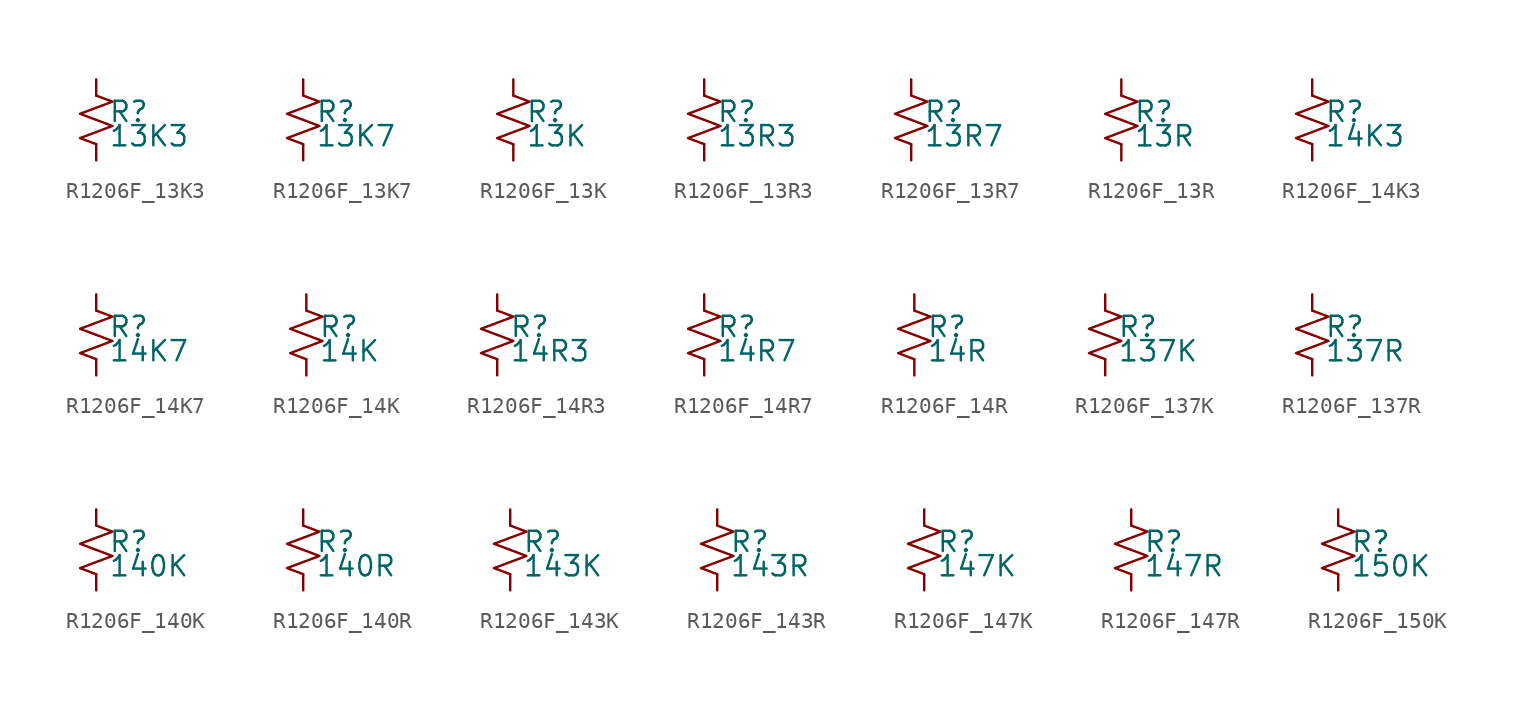
<source format=kicad_sym>
(kicad_symbol_lib
  (version 20220914)
  (generator kicad_symbol_editor)
  (symbol "R1206F_13K3"
    (pin_numbers hide)
    (pin_names
      (offset 0.254) hide)
    (property "Reference" "R"
      (at 0.762 0.508 0)
      (effects (font (size 1.27 1.27)) (justify left)))
    (property "Value" "13K3"
      (at 0.762 -1.016 0)
      (effects (font (size 1.27 1.27)) (justify left)))
    (symbol "R1206F_13K3_1_1"
      (polyline (pts (xy 0 0) (xy 1.016 -0.381) (xy 0 -0.762) (xy -1.016 -1.143) (xy 0 -1.524)) (stroke (width 0) (type default)) (fill (type none)))
      (polyline (pts (xy 0 1.524) (xy 1.016 1.143) (xy 0 0.762) (xy -1.016 0.381) (xy 0 0)) (stroke (width 0) (type default)) (fill (type none)))
      (pin passive line (at 0 2.54 270) (length 1.016) (name "~" (effects (font (size 1.27 1.27)))) (number "1" (effects (font (size 1.27 1.27)))))
      (pin passive line (at 0 -2.54 90) (length 1.016) (name "~" (effects (font (size 1.27 1.27)))) (number "2" (effects (font (size 1.27 1.27)))))))
  (symbol "R1206F_13K7"
    (pin_numbers hide)
    (pin_names
      (offset 0.254) hide)
    (property "Reference" "R"
      (at 0.762 0.508 0)
      (effects (font (size 1.27 1.27)) (justify left)))
    (property "Value" "13K7"
      (at 0.762 -1.016 0)
      (effects (font (size 1.27 1.27)) (justify left)))
    (symbol "R1206F_13K7_1_1"
      (polyline (pts (xy 0 0) (xy 1.016 -0.381) (xy 0 -0.762) (xy -1.016 -1.143) (xy 0 -1.524)) (stroke (width 0) (type default)) (fill (type none)))
      (polyline (pts (xy 0 1.524) (xy 1.016 1.143) (xy 0 0.762) (xy -1.016 0.381) (xy 0 0)) (stroke (width 0) (type default)) (fill (type none)))
      (pin passive line (at 0 2.54 270) (length 1.016) (name "~" (effects (font (size 1.27 1.27)))) (number "1" (effects (font (size 1.27 1.27)))))
      (pin passive line (at 0 -2.54 90) (length 1.016) (name "~" (effects (font (size 1.27 1.27)))) (number "2" (effects (font (size 1.27 1.27)))))))
  (symbol "R1206F_13K"
    (pin_numbers hide)
    (pin_names
      (offset 0.254) hide)
    (property "Reference" "R"
      (at 0.762 0.508 0)
      (effects (font (size 1.27 1.27)) (justify left)))
    (property "Value" "13K"
      (at 0.762 -1.016 0)
      (effects (font (size 1.27 1.27)) (justify left)))
    (symbol "R1206F_13K_1_1"
      (polyline (pts (xy 0 0) (xy 1.016 -0.381) (xy 0 -0.762) (xy -1.016 -1.143) (xy 0 -1.524)) (stroke (width 0) (type default)) (fill (type none)))
      (polyline (pts (xy 0 1.524) (xy 1.016 1.143) (xy 0 0.762) (xy -1.016 0.381) (xy 0 0)) (stroke (width 0) (type default)) (fill (type none)))
      (pin passive line (at 0 2.54 270) (length 1.016) (name "~" (effects (font (size 1.27 1.27)))) (number "1" (effects (font (size 1.27 1.27)))))
      (pin passive line (at 0 -2.54 90) (length 1.016) (name "~" (effects (font (size 1.27 1.27)))) (number "2" (effects (font (size 1.27 1.27)))))))
  (symbol "R1206F_13R3"
    (pin_numbers hide)
    (pin_names
      (offset 0.254) hide)
    (property "Reference" "R"
      (at 0.762 0.508 0)
      (effects (font (size 1.27 1.27)) (justify left)))
    (property "Value" "13R3"
      (at 0.762 -1.016 0)
      (effects (font (size 1.27 1.27)) (justify left)))
    (symbol "R1206F_13R3_1_1"
      (polyline (pts (xy 0 0) (xy 1.016 -0.381) (xy 0 -0.762) (xy -1.016 -1.143) (xy 0 -1.524)) (stroke (width 0) (type default)) (fill (type none)))
      (polyline (pts (xy 0 1.524) (xy 1.016 1.143) (xy 0 0.762) (xy -1.016 0.381) (xy 0 0)) (stroke (width 0) (type default)) (fill (type none)))
      (pin passive line (at 0 2.54 270) (length 1.016) (name "~" (effects (font (size 1.27 1.27)))) (number "1" (effects (font (size 1.27 1.27)))))
      (pin passive line (at 0 -2.54 90) (length 1.016) (name "~" (effects (font (size 1.27 1.27)))) (number "2" (effects (font (size 1.27 1.27)))))))
  (symbol "R1206F_13R7"
    (pin_numbers hide)
    (pin_names
      (offset 0.254) hide)
    (property "Reference" "R"
      (at 0.762 0.508 0)
      (effects (font (size 1.27 1.27)) (justify left)))
    (property "Value" "13R7"
      (at 0.762 -1.016 0)
      (effects (font (size 1.27 1.27)) (justify left)))
    (symbol "R1206F_13R7_1_1"
      (polyline (pts (xy 0 0) (xy 1.016 -0.381) (xy 0 -0.762) (xy -1.016 -1.143) (xy 0 -1.524)) (stroke (width 0) (type default)) (fill (type none)))
      (polyline (pts (xy 0 1.524) (xy 1.016 1.143) (xy 0 0.762) (xy -1.016 0.381) (xy 0 0)) (stroke (width 0) (type default)) (fill (type none)))
      (pin passive line (at 0 2.54 270) (length 1.016) (name "~" (effects (font (size 1.27 1.27)))) (number "1" (effects (font (size 1.27 1.27)))))
      (pin passive line (at 0 -2.54 90) (length 1.016) (name "~" (effects (font (size 1.27 1.27)))) (number "2" (effects (font (size 1.27 1.27)))))))
  (symbol "R1206F_13R"
    (pin_numbers hide)
    (pin_names
      (offset 0.254) hide)
    (property "Reference" "R"
      (at 0.762 0.508 0)
      (effects (font (size 1.27 1.27)) (justify left)))
    (property "Value" "13R"
      (at 0.762 -1.016 0)
      (effects (font (size 1.27 1.27)) (justify left)))
    (symbol "R1206F_13R_1_1"
      (polyline (pts (xy 0 0) (xy 1.016 -0.381) (xy 0 -0.762) (xy -1.016 -1.143) (xy 0 -1.524)) (stroke (width 0) (type default)) (fill (type none)))
      (polyline (pts (xy 0 1.524) (xy 1.016 1.143) (xy 0 0.762) (xy -1.016 0.381) (xy 0 0)) (stroke (width 0) (type default)) (fill (type none)))
      (pin passive line (at 0 2.54 270) (length 1.016) (name "~" (effects (font (size 1.27 1.27)))) (number "1" (effects (font (size 1.27 1.27)))))
      (pin passive line (at 0 -2.54 90) (length 1.016) (name "~" (effects (font (size 1.27 1.27)))) (number "2" (effects (font (size 1.27 1.27)))))))
  (symbol "R1206F_14K3"
    (pin_numbers hide)
    (pin_names
      (offset 0.254) hide)
    (property "Reference" "R"
      (at 0.762 0.508 0)
      (effects (font (size 1.27 1.27)) (justify left)))
    (property "Value" "14K3"
      (at 0.762 -1.016 0)
      (effects (font (size 1.27 1.27)) (justify left)))
    (symbol "R1206F_14K3_1_1"
      (polyline (pts (xy 0 0) (xy 1.016 -0.381) (xy 0 -0.762) (xy -1.016 -1.143) (xy 0 -1.524)) (stroke (width 0) (type default)) (fill (type none)))
      (polyline (pts (xy 0 1.524) (xy 1.016 1.143) (xy 0 0.762) (xy -1.016 0.381) (xy 0 0)) (stroke (width 0) (type default)) (fill (type none)))
      (pin passive line (at 0 2.54 270) (length 1.016) (name "~" (effects (font (size 1.27 1.27)))) (number "1" (effects (font (size 1.27 1.27)))))
      (pin passive line (at 0 -2.54 90) (length 1.016) (name "~" (effects (font (size 1.27 1.27)))) (number "2" (effects (font (size 1.27 1.27)))))))
  (symbol "R1206F_14K7"
    (pin_numbers hide)
    (pin_names
      (offset 0.254) hide)
    (property "Reference" "R"
      (at 0.762 0.508 0)
      (effects (font (size 1.27 1.27)) (justify left)))
    (property "Value" "14K7"
      (at 0.762 -1.016 0)
      (effects (font (size 1.27 1.27)) (justify left)))
    (symbol "R1206F_14K7_1_1"
      (polyline (pts (xy 0 0) (xy 1.016 -0.381) (xy 0 -0.762) (xy -1.016 -1.143) (xy 0 -1.524)) (stroke (width 0) (type default)) (fill (type none)))
      (polyline (pts (xy 0 1.524) (xy 1.016 1.143) (xy 0 0.762) (xy -1.016 0.381) (xy 0 0)) (stroke (width 0) (type default)) (fill (type none)))
      (pin passive line (at 0 2.54 270) (length 1.016) (name "~" (effects (font (size 1.27 1.27)))) (number "1" (effects (font (size 1.27 1.27)))))
      (pin passive line (at 0 -2.54 90) (length 1.016) (name "~" (effects (font (size 1.27 1.27)))) (number "2" (effects (font (size 1.27 1.27)))))))
  (symbol "R1206F_14K"
    (pin_numbers hide)
    (pin_names
      (offset 0.254) hide)
    (property "Reference" "R"
      (at 0.762 0.508 0)
      (effects (font (size 1.27 1.27)) (justify left)))
    (property "Value" "14K"
      (at 0.762 -1.016 0)
      (effects (font (size 1.27 1.27)) (justify left)))
    (symbol "R1206F_14K_1_1"
      (polyline (pts (xy 0 0) (xy 1.016 -0.381) (xy 0 -0.762) (xy -1.016 -1.143) (xy 0 -1.524)) (stroke (width 0) (type default)) (fill (type none)))
      (polyline (pts (xy 0 1.524) (xy 1.016 1.143) (xy 0 0.762) (xy -1.016 0.381) (xy 0 0)) (stroke (width 0) (type default)) (fill (type none)))
      (pin passive line (at 0 2.54 270) (length 1.016) (name "~" (effects (font (size 1.27 1.27)))) (number "1" (effects (font (size 1.27 1.27)))))
      (pin passive line (at 0 -2.54 90) (length 1.016) (name "~" (effects (font (size 1.27 1.27)))) (number "2" (effects (font (size 1.27 1.27)))))))
  (symbol "R1206F_14R3"
    (pin_numbers hide)
    (pin_names
      (offset 0.254) hide)
    (property "Reference" "R"
      (at 0.762 0.508 0)
      (effects (font (size 1.27 1.27)) (justify left)))
    (property "Value" "14R3"
      (at 0.762 -1.016 0)
      (effects (font (size 1.27 1.27)) (justify left)))
    (symbol "R1206F_14R3_1_1"
      (polyline (pts (xy 0 0) (xy 1.016 -0.381) (xy 0 -0.762) (xy -1.016 -1.143) (xy 0 -1.524)) (stroke (width 0) (type default)) (fill (type none)))
      (polyline (pts (xy 0 1.524) (xy 1.016 1.143) (xy 0 0.762) (xy -1.016 0.381) (xy 0 0)) (stroke (width 0) (type default)) (fill (type none)))
      (pin passive line (at 0 2.54 270) (length 1.016) (name "~" (effects (font (size 1.27 1.27)))) (number "1" (effects (font (size 1.27 1.27)))))
      (pin passive line (at 0 -2.54 90) (length 1.016) (name "~" (effects (font (size 1.27 1.27)))) (number "2" (effects (font (size 1.27 1.27)))))))
  (symbol "R1206F_14R7"
    (pin_numbers hide)
    (pin_names
      (offset 0.254) hide)
    (property "Reference" "R"
      (at 0.762 0.508 0)
      (effects (font (size 1.27 1.27)) (justify left)))
    (property "Value" "14R7"
      (at 0.762 -1.016 0)
      (effects (font (size 1.27 1.27)) (justify left)))
    (symbol "R1206F_14R7_1_1"
      (polyline (pts (xy 0 0) (xy 1.016 -0.381) (xy 0 -0.762) (xy -1.016 -1.143) (xy 0 -1.524)) (stroke (width 0) (type default)) (fill (type none)))
      (polyline (pts (xy 0 1.524) (xy 1.016 1.143) (xy 0 0.762) (xy -1.016 0.381) (xy 0 0)) (stroke (width 0) (type default)) (fill (type none)))
      (pin passive line (at 0 2.54 270) (length 1.016) (name "~" (effects (font (size 1.27 1.27)))) (number "1" (effects (font (size 1.27 1.27)))))
      (pin passive line (at 0 -2.54 90) (length 1.016) (name "~" (effects (font (size 1.27 1.27)))) (number "2" (effects (font (size 1.27 1.27)))))))
  (symbol "R1206F_14R"
    (pin_numbers hide)
    (pin_names
      (offset 0.254) hide)
    (property "Reference" "R"
      (at 0.762 0.508 0)
      (effects (font (size 1.27 1.27)) (justify left)))
    (property "Value" "14R"
      (at 0.762 -1.016 0)
      (effects (font (size 1.27 1.27)) (justify left)))
    (symbol "R1206F_14R_1_1"
      (polyline (pts (xy 0 0) (xy 1.016 -0.381) (xy 0 -0.762) (xy -1.016 -1.143) (xy 0 -1.524)) (stroke (width 0) (type default)) (fill (type none)))
      (polyline (pts (xy 0 1.524) (xy 1.016 1.143) (xy 0 0.762) (xy -1.016 0.381) (xy 0 0)) (stroke (width 0) (type default)) (fill (type none)))
      (pin passive line (at 0 2.54 270) (length 1.016) (name "~" (effects (font (size 1.27 1.27)))) (number "1" (effects (font (size 1.27 1.27)))))
      (pin passive line (at 0 -2.54 90) (length 1.016) (name "~" (effects (font (size 1.27 1.27)))) (number "2" (effects (font (size 1.27 1.27)))))))
  (symbol "R1206F_137K"
    (pin_numbers hide)
    (pin_names
      (offset 0.254) hide)
    (property "Reference" "R"
      (at 0.762 0.508 0)
      (effects (font (size 1.27 1.27)) (justify left)))
    (property "Value" "137K"
      (at 0.762 -1.016 0)
      (effects (font (size 1.27 1.27)) (justify left)))
    (symbol "R1206F_137K_1_1"
      (polyline (pts (xy 0 0) (xy 1.016 -0.381) (xy 0 -0.762) (xy -1.016 -1.143) (xy 0 -1.524)) (stroke (width 0) (type default)) (fill (type none)))
      (polyline (pts (xy 0 1.524) (xy 1.016 1.143) (xy 0 0.762) (xy -1.016 0.381) (xy 0 0)) (stroke (width 0) (type default)) (fill (type none)))
      (pin passive line (at 0 2.54 270) (length 1.016) (name "~" (effects (font (size 1.27 1.27)))) (number "1" (effects (font (size 1.27 1.27)))))
      (pin passive line (at 0 -2.54 90) (length 1.016) (name "~" (effects (font (size 1.27 1.27)))) (number "2" (effects (font (size 1.27 1.27)))))))
  (symbol "R1206F_137R"
    (pin_numbers hide)
    (pin_names
      (offset 0.254) hide)
    (property "Reference" "R"
      (at 0.762 0.508 0)
      (effects (font (size 1.27 1.27)) (justify left)))
    (property "Value" "137R"
      (at 0.762 -1.016 0)
      (effects (font (size 1.27 1.27)) (justify left)))
    (symbol "R1206F_137R_1_1"
      (polyline (pts (xy 0 0) (xy 1.016 -0.381) (xy 0 -0.762) (xy -1.016 -1.143) (xy 0 -1.524)) (stroke (width 0) (type default)) (fill (type none)))
      (polyline (pts (xy 0 1.524) (xy 1.016 1.143) (xy 0 0.762) (xy -1.016 0.381) (xy 0 0)) (stroke (width 0) (type default)) (fill (type none)))
      (pin passive line (at 0 2.54 270) (length 1.016) (name "~" (effects (font (size 1.27 1.27)))) (number "1" (effects (font (size 1.27 1.27)))))
      (pin passive line (at 0 -2.54 90) (length 1.016) (name "~" (effects (font (size 1.27 1.27)))) (number "2" (effects (font (size 1.27 1.27)))))))
  (symbol "R1206F_140K"
    (pin_numbers hide)
    (pin_names
      (offset 0.254) hide)
    (property "Reference" "R"
      (at 0.762 0.508 0)
      (effects (font (size 1.27 1.27)) (justify left)))
    (property "Value" "140K"
      (at 0.762 -1.016 0)
      (effects (font (size 1.27 1.27)) (justify left)))
    (symbol "R1206F_140K_1_1"
      (polyline (pts (xy 0 0) (xy 1.016 -0.381) (xy 0 -0.762) (xy -1.016 -1.143) (xy 0 -1.524)) (stroke (width 0) (type default)) (fill (type none)))
      (polyline (pts (xy 0 1.524) (xy 1.016 1.143) (xy 0 0.762) (xy -1.016 0.381) (xy 0 0)) (stroke (width 0) (type default)) (fill (type none)))
      (pin passive line (at 0 2.54 270) (length 1.016) (name "~" (effects (font (size 1.27 1.27)))) (number "1" (effects (font (size 1.27 1.27)))))
      (pin passive line (at 0 -2.54 90) (length 1.016) (name "~" (effects (font (size 1.27 1.27)))) (number "2" (effects (font (size 1.27 1.27)))))))
  (symbol "R1206F_140R"
    (pin_numbers hide)
    (pin_names
      (offset 0.254) hide)
    (property "Reference" "R"
      (at 0.762 0.508 0)
      (effects (font (size 1.27 1.27)) (justify left)))
    (property "Value" "140R"
      (at 0.762 -1.016 0)
      (effects (font (size 1.27 1.27)) (justify left)))
    (symbol "R1206F_140R_1_1"
      (polyline (pts (xy 0 0) (xy 1.016 -0.381) (xy 0 -0.762) (xy -1.016 -1.143) (xy 0 -1.524)) (stroke (width 0) (type default)) (fill (type none)))
      (polyline (pts (xy 0 1.524) (xy 1.016 1.143) (xy 0 0.762) (xy -1.016 0.381) (xy 0 0)) (stroke (width 0) (type default)) (fill (type none)))
      (pin passive line (at 0 2.54 270) (length 1.016) (name "~" (effects (font (size 1.27 1.27)))) (number "1" (effects (font (size 1.27 1.27)))))
      (pin passive line (at 0 -2.54 90) (length 1.016) (name "~" (effects (font (size 1.27 1.27)))) (number "2" (effects (font (size 1.27 1.27)))))))
  (symbol "R1206F_143K"
    (pin_numbers hide)
    (pin_names
      (offset 0.254) hide)
    (property "Reference" "R"
      (at 0.762 0.508 0)
      (effects (font (size 1.27 1.27)) (justify left)))
    (property "Value" "143K"
      (at 0.762 -1.016 0)
      (effects (font (size 1.27 1.27)) (justify left)))
    (symbol "R1206F_143K_1_1"
      (polyline (pts (xy 0 0) (xy 1.016 -0.381) (xy 0 -0.762) (xy -1.016 -1.143) (xy 0 -1.524)) (stroke (width 0) (type default)) (fill (type none)))
      (polyline (pts (xy 0 1.524) (xy 1.016 1.143) (xy 0 0.762) (xy -1.016 0.381) (xy 0 0)) (stroke (width 0) (type default)) (fill (type none)))
      (pin passive line (at 0 2.54 270) (length 1.016) (name "~" (effects (font (size 1.27 1.27)))) (number "1" (effects (font (size 1.27 1.27)))))
      (pin passive line (at 0 -2.54 90) (length 1.016) (name "~" (effects (font (size 1.27 1.27)))) (number "2" (effects (font (size 1.27 1.27)))))))
  (symbol "R1206F_143R"
    (pin_numbers hide)
    (pin_names
      (offset 0.254) hide)
    (property "Reference" "R"
      (at 0.762 0.508 0)
      (effects (font (size 1.27 1.27)) (justify left)))
    (property "Value" "143R"
      (at 0.762 -1.016 0)
      (effects (font (size 1.27 1.27)) (justify left)))
    (symbol "R1206F_143R_1_1"
      (polyline (pts (xy 0 0) (xy 1.016 -0.381) (xy 0 -0.762) (xy -1.016 -1.143) (xy 0 -1.524)) (stroke (width 0) (type default)) (fill (type none)))
      (polyline (pts (xy 0 1.524) (xy 1.016 1.143) (xy 0 0.762) (xy -1.016 0.381) (xy 0 0)) (stroke (width 0) (type default)) (fill (type none)))
      (pin passive line (at 0 2.54 270) (length 1.016) (name "~" (effects (font (size 1.27 1.27)))) (number "1" (effects (font (size 1.27 1.27)))))
      (pin passive line (at 0 -2.54 90) (length 1.016) (name "~" (effects (font (size 1.27 1.27)))) (number "2" (effects (font (size 1.27 1.27)))))))
  (symbol "R1206F_147K"
    (pin_numbers hide)
    (pin_names
      (offset 0.254) hide)
    (property "Reference" "R"
      (at 0.762 0.508 0)
      (effects (font (size 1.27 1.27)) (justify left)))
    (property "Value" "147K"
      (at 0.762 -1.016 0)
      (effects (font (size 1.27 1.27)) (justify left)))
    (symbol "R1206F_147K_1_1"
      (polyline (pts (xy 0 0) (xy 1.016 -0.381) (xy 0 -0.762) (xy -1.016 -1.143) (xy 0 -1.524)) (stroke (width 0) (type default)) (fill (type none)))
      (polyline (pts (xy 0 1.524) (xy 1.016 1.143) (xy 0 0.762) (xy -1.016 0.381) (xy 0 0)) (stroke (width 0) (type default)) (fill (type none)))
      (pin passive line (at 0 2.54 270) (length 1.016) (name "~" (effects (font (size 1.27 1.27)))) (number "1" (effects (font (size 1.27 1.27)))))
      (pin passive line (at 0 -2.54 90) (length 1.016) (name "~" (effects (font (size 1.27 1.27)))) (number "2" (effects (font (size 1.27 1.27)))))))
  (symbol "R1206F_147R"
    (pin_numbers hide)
    (pin_names
      (offset 0.254) hide)
    (property "Reference" "R"
      (at 0.762 0.508 0)
      (effects (font (size 1.27 1.27)) (justify left)))
    (property "Value" "147R"
      (at 0.762 -1.016 0)
      (effects (font (size 1.27 1.27)) (justify left)))
    (symbol "R1206F_147R_1_1"
      (polyline (pts (xy 0 0) (xy 1.016 -0.381) (xy 0 -0.762) (xy -1.016 -1.143) (xy 0 -1.524)) (stroke (width 0) (type default)) (fill (type none)))
      (polyline (pts (xy 0 1.524) (xy 1.016 1.143) (xy 0 0.762) (xy -1.016 0.381) (xy 0 0)) (stroke (width 0) (type default)) (fill (type none)))
      (pin passive line (at 0 2.54 270) (length 1.016) (name "~" (effects (font (size 1.27 1.27)))) (number "1" (effects (font (size 1.27 1.27)))))
      (pin passive line (at 0 -2.54 90) (length 1.016) (name "~" (effects (font (size 1.27 1.27)))) (number "2" (effects (font (size 1.27 1.27)))))))
  (symbol "R1206F_150K"
    (pin_numbers hide)
    (pin_names
      (offset 0.254) hide)
    (property "Reference" "R"
      (at 0.762 0.508 0)
      (effects (font (size 1.27 1.27)) (justify left)))
    (property "Value" "150K"
      (at 0.762 -1.016 0)
      (effects (font (size 1.27 1.27)) (justify left)))
    (symbol "R1206F_150K_1_1"
      (polyline (pts (xy 0 0) (xy 1.016 -0.381) (xy 0 -0.762) (xy -1.016 -1.143) (xy 0 -1.524)) (stroke (width 0) (type default)) (fill (type none)))
      (polyline (pts (xy 0 1.524) (xy 1.016 1.143) (xy 0 0.762) (xy -1.016 0.381) (xy 0 0)) (stroke (width 0) (type default)) (fill (type none)))
      (pin passive line (at 0 2.54 270) (length 1.016) (name "~" (effects (font (size 1.27 1.27)))) (number "1" (effects (font (size 1.27 1.27)))))
      (pin passive line (at 0 -2.54 90) (length 1.016) (name "~" (effects (font (size 1.27 1.27)))) (number "2" (effects (font (size 1.27 1.27))))))))
</source>
